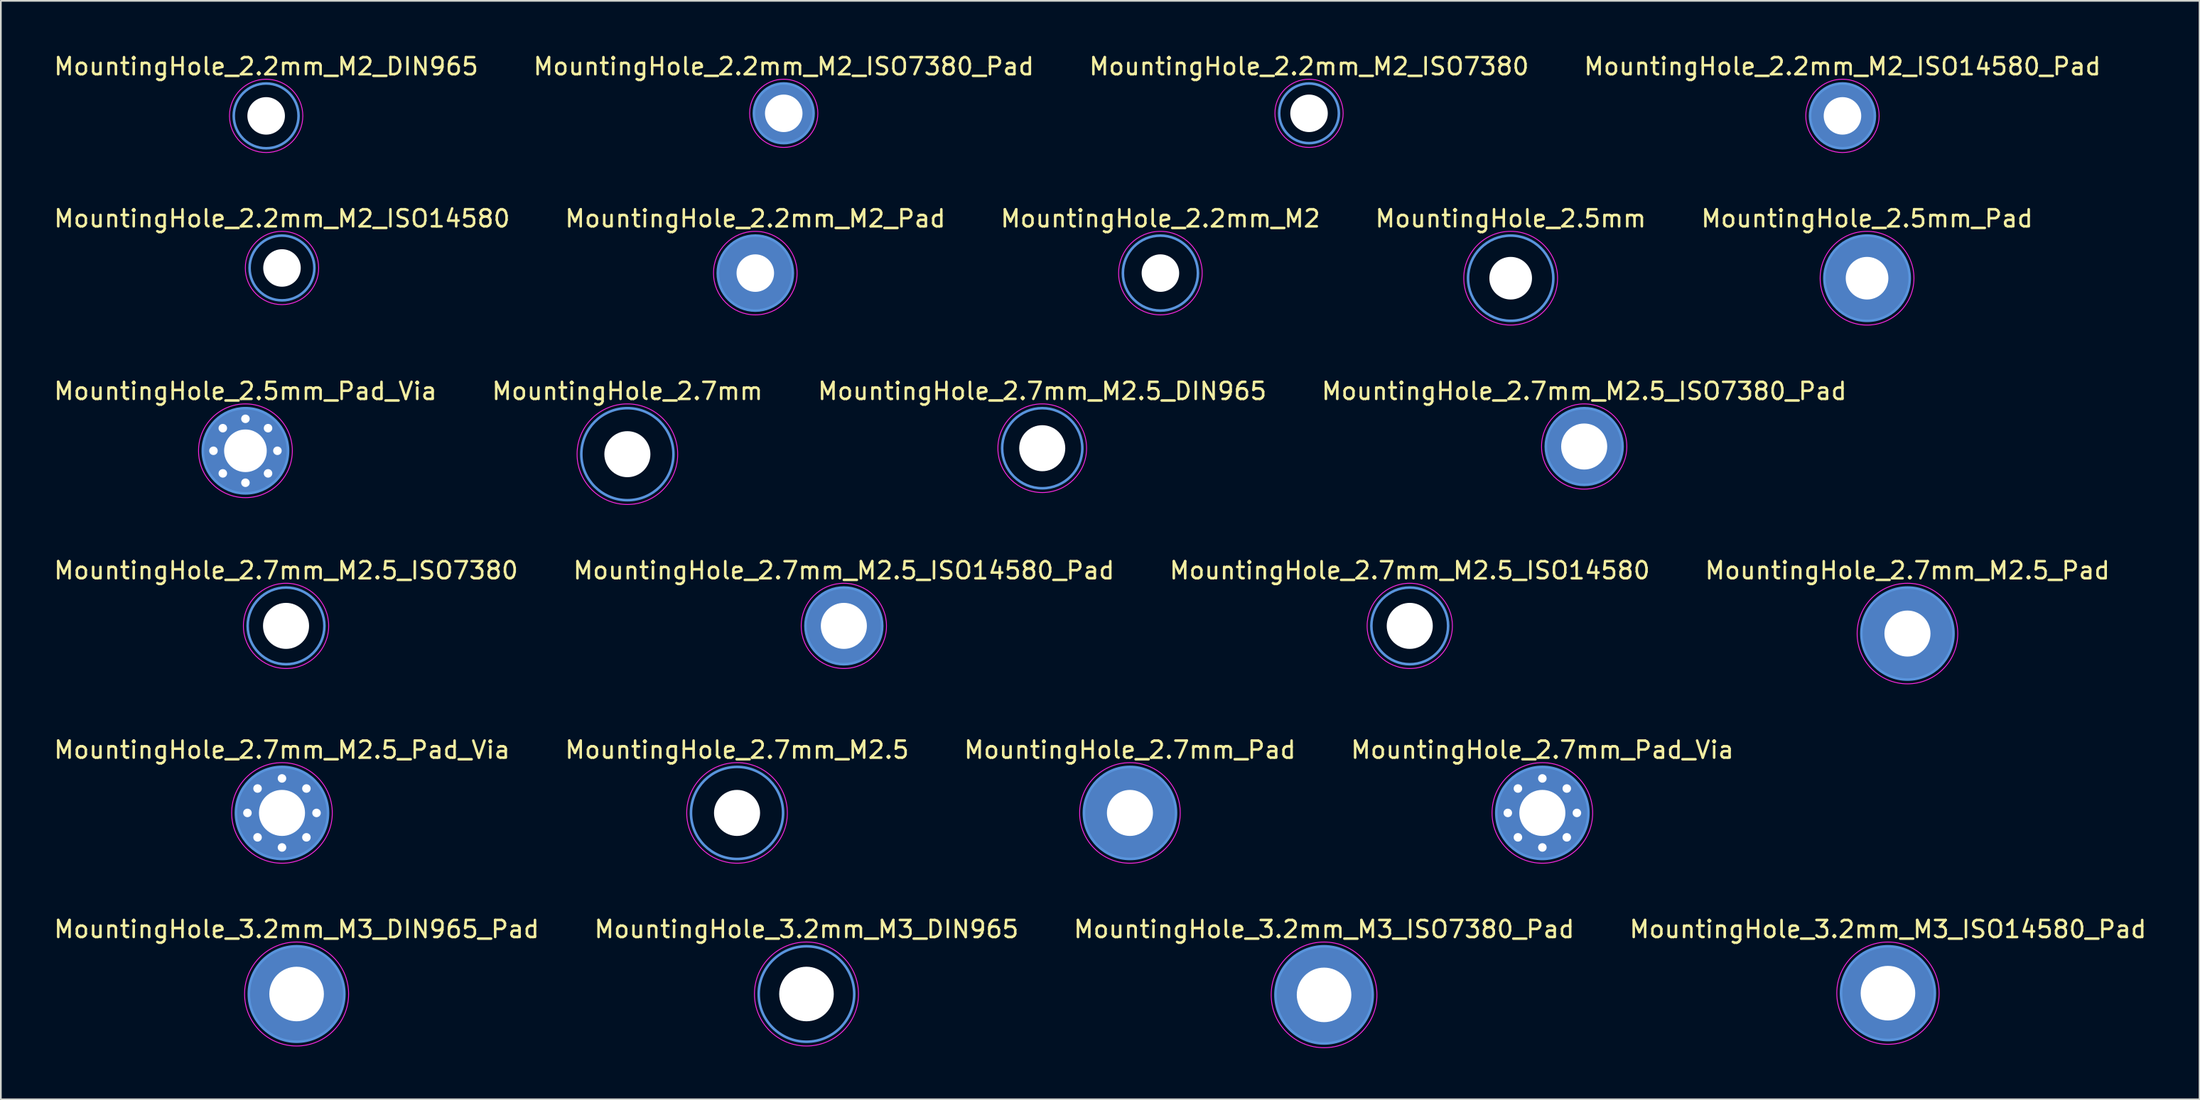
<source format=kicad_pcb>
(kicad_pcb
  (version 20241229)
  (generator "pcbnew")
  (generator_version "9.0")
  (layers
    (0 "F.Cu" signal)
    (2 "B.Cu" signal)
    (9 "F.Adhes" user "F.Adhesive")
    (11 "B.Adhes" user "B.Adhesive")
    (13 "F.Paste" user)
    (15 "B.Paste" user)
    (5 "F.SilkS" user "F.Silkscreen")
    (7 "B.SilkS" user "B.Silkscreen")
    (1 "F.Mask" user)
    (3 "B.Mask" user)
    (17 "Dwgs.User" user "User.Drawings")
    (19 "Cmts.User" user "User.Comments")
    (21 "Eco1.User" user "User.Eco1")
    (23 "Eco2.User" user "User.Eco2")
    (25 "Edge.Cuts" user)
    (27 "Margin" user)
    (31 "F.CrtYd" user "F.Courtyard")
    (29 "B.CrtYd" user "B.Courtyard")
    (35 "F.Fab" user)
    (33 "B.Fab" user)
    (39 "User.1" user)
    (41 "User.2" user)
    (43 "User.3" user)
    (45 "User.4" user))
  (footprint "MountingHole_2.7mm"
    (layer "F.Cu")
    (at 33.732 23.595)
    (property "Reference" "MountingHole_2.7mm" (at 0 -3.7 0) (layer "F.SilkS") (effects (font (size 1 1) (thickness 0.15))))
    (attr through_hole)
    (fp_circle (center 0 0) (end 2.7 0) (stroke (width 0.15) (type solid)) (fill no) (layer "Cmts.User"))
    (fp_circle (center 0 0) (end 2.95 0) (stroke (width 0.05) (type solid)) (fill no) (layer "F.CrtYd"))
    (pad "" np_thru_hole circle (at 0 0) (size 2.7 2.7) (drill 2.7) (layers "*.Cu" "*.Mask")))
  (footprint "MountingHole_2.2mm_M2_Pad"
    (layer "F.Cu")
    (at 41.232 12.972)
    (property "Reference" "MountingHole_2.2mm_M2_Pad" (at 0 -3.2 0) (layer "F.SilkS") (effects (font (size 1 1) (thickness 0.15))))
    (attr through_hole)
    (fp_circle (center 0 0) (end 2.2 0) (stroke (width 0.15) (type solid)) (fill no) (layer "Cmts.User"))
    (fp_circle (center 0 0) (end 2.45 0) (stroke (width 0.05) (type solid)) (fill no) (layer "F.CrtYd"))
    (pad "1" thru_hole circle (at 0 0) (size 4.4 4.4) (drill 2.2) (layers "*.Cu" "*.Mask")))
  (footprint "MountingHole_2.7mm_Pad"
    (layer "F.Cu")
    (at 63.196 44.641)
    (property "Reference" "MountingHole_2.7mm_Pad" (at 0 -3.7 0) (layer "F.SilkS") (effects (font (size 1 1) (thickness 0.15))))
    (attr through_hole)
    (fp_circle (center 0 0) (end 2.7 0) (stroke (width 0.15) (type solid)) (fill no) (layer "Cmts.User"))
    (fp_circle (center 0 0) (end 2.95 0) (stroke (width 0.05) (type solid)) (fill no) (layer "F.CrtYd"))
    (pad "1" thru_hole circle (at 0 0) (size 5.4 5.4) (drill 2.7) (layers "*.Cu" "*.Mask")))
  (footprint "MountingHole_3.2mm_M3_ISO7380_Pad"
    (layer "F.Cu")
    (at 74.577 55.315)
    (property "Reference" "MountingHole_3.2mm_M3_ISO7380_Pad" (at 0 -3.85 0) (layer "F.SilkS") (effects (font (size 1 1) (thickness 0.15))))
    (attr through_hole)
    (fp_circle (center 0 0) (end 2.85 0) (stroke (width 0.15) (type solid)) (fill no) (layer "Cmts.User"))
    (fp_circle (center 0 0) (end 3.1 0) (stroke (width 0.05) (type solid)) (fill no) (layer "F.CrtYd"))
    (pad "1" thru_hole circle (at 0 0) (size 5.7 5.7) (drill 3.2) (layers "*.Cu" "*.Mask")))
  (footprint "MountingHole_2.7mm_Pad_Via"
    (layer "F.Cu")
    (at 87.375 44.641)
    (property "Reference" "MountingHole_2.7mm_Pad_Via" (at 0 -3.7 0) (layer "F.SilkS") (effects (font (size 1 1) (thickness 0.15))))
    (attr through_hole)
    (fp_circle (center 0 0) (end 2.7 0) (stroke (width 0.15) (type solid)) (fill no) (layer "Cmts.User"))
    (fp_circle (center 0 0) (end 2.95 0) (stroke (width 0.05) (type solid)) (fill no) (layer "F.CrtYd"))
    (pad "" thru_hole circle (at -2.025 0) (size 0.6 0.6) (drill 0.5) (layers "*.Cu" "*.Mask"))
    (pad "" thru_hole circle (at -1.432 -1.432) (size 0.6 0.6) (drill 0.5) (layers "*.Cu" "*.Mask"))
    (pad "" thru_hole circle (at -1.432 1.432) (size 0.6 0.6) (drill 0.5) (layers "*.Cu" "*.Mask"))
    (pad "" thru_hole circle (at 0 -2.025) (size 0.6 0.6) (drill 0.5) (layers "*.Cu" "*.Mask"))
    (pad "" thru_hole circle (at 0 2.025) (size 0.6 0.6) (drill 0.5) (layers "*.Cu" "*.Mask"))
    (pad "" thru_hole circle (at 1.432 -1.432) (size 0.6 0.6) (drill 0.5) (layers "*.Cu" "*.Mask"))
    (pad "" thru_hole circle (at 1.432 1.432) (size 0.6 0.6) (drill 0.5) (layers "*.Cu" "*.Mask"))
    (pad "" thru_hole circle (at 2.025 0) (size 0.6 0.6) (drill 0.5) (layers "*.Cu" "*.Mask"))
    (pad "1" thru_hole circle (at 0 0) (size 5.4 5.4) (drill 2.7) (layers "*.Cu" "*.Mask")))
  (footprint "MountingHole_2.7mm_M2.5_ISO7380"
    (layer "F.Cu")
    (at 13.72 33.668)
    (property "Reference" "MountingHole_2.7mm_M2.5_ISO7380" (at 0 -3.25 0) (layer "F.SilkS") (effects (font (size 1 1) (thickness 0.15))))
    (attr through_hole)
    (fp_circle (center 0 0) (end 2.25 0) (stroke (width 0.15) (type solid)) (fill no) (layer "Cmts.User"))
    (fp_circle (center 0 0) (end 2.5 0) (stroke (width 0.05) (type solid)) (fill no) (layer "F.CrtYd"))
    (pad "" np_thru_hole circle (at 0 0) (size 2.7 2.7) (drill 2.7) (layers "*.Cu" "*.Mask")))
  (footprint "MountingHole_3.2mm_M3_ISO14580_Pad"
    (layer "F.Cu")
    (at 107.637 55.215)
    (property "Reference" "MountingHole_3.2mm_M3_ISO14580_Pad" (at 0 -3.75 0) (layer "F.SilkS") (effects (font (size 1 1) (thickness 0.15))))
    (attr through_hole)
    (fp_circle (center 0 0) (end 2.75 0) (stroke (width 0.15) (type solid)) (fill no) (layer "Cmts.User"))
    (fp_circle (center 0 0) (end 3 0) (stroke (width 0.05) (type solid)) (fill no) (layer "F.CrtYd"))
    (pad "1" thru_hole circle (at 0 0) (size 5.5 5.5) (drill 3.2) (layers "*.Cu" "*.Mask")))
  (footprint "MountingHole_2.2mm_M2_ISO14580"
    (layer "F.Cu")
    (at 13.482 12.671)
    (property "Reference" "MountingHole_2.2mm_M2_ISO14580" (at 0 -2.9 0) (layer "F.SilkS") (effects (font (size 1 1) (thickness 0.15))))
    (attr through_hole)
    (fp_circle (center 0 0) (end 1.9 0) (stroke (width 0.15) (type solid)) (fill no) (layer "Cmts.User"))
    (fp_circle (center 0 0) (end 2.15 0) (stroke (width 0.05) (type solid)) (fill no) (layer "F.CrtYd"))
    (pad "" np_thru_hole circle (at 0 0) (size 2.2 2.2) (drill 2.2) (layers "*.Cu" "*.Mask")))
  (footprint "MountingHole_2.7mm_M2.5_DIN965"
    (layer "F.Cu")
    (at 58.054 23.245)
    (property "Reference" "MountingHole_2.7mm_M2.5_DIN965" (at 0 -3.35 0) (layer "F.SilkS") (effects (font (size 1 1) (thickness 0.15))))
    (attr through_hole)
    (fp_circle (center 0 0) (end 2.35 0) (stroke (width 0.15) (type solid)) (fill no) (layer "Cmts.User"))
    (fp_circle (center 0 0) (end 2.6 0) (stroke (width 0.05) (type solid)) (fill no) (layer "F.CrtYd"))
    (pad "" np_thru_hole circle (at 0 0) (size 2.7 2.7) (drill 2.7) (layers "*.Cu" "*.Mask")))
  (footprint "MountingHole_2.7mm_M2.5_Pad_Via"
    (layer "F.Cu")
    (at 13.482 44.641)
    (property "Reference" "MountingHole_2.7mm_M2.5_Pad_Via" (at 0 -3.7 0) (layer "F.SilkS") (effects (font (size 1 1) (thickness 0.15))))
    (attr through_hole)
    (fp_circle (center 0 0) (end 2.7 0) (stroke (width 0.15) (type solid)) (fill no) (layer "Cmts.User"))
    (fp_circle (center 0 0) (end 2.95 0) (stroke (width 0.05) (type solid)) (fill no) (layer "F.CrtYd"))
    (pad "" thru_hole circle (at -2.025 0) (size 0.6 0.6) (drill 0.5) (layers "*.Cu" "*.Mask"))
    (pad "" thru_hole circle (at -1.432 -1.432) (size 0.6 0.6) (drill 0.5) (layers "*.Cu" "*.Mask"))
    (pad "" thru_hole circle (at -1.432 1.432) (size 0.6 0.6) (drill 0.5) (layers "*.Cu" "*.Mask"))
    (pad "" thru_hole circle (at 0 -2.025) (size 0.6 0.6) (drill 0.5) (layers "*.Cu" "*.Mask"))
    (pad "" thru_hole circle (at 0 2.025) (size 0.6 0.6) (drill 0.5) (layers "*.Cu" "*.Mask"))
    (pad "" thru_hole circle (at 1.432 -1.432) (size 0.6 0.6) (drill 0.5) (layers "*.Cu" "*.Mask"))
    (pad "" thru_hole circle (at 1.432 1.432) (size 0.6 0.6) (drill 0.5) (layers "*.Cu" "*.Mask"))
    (pad "" thru_hole circle (at 2.025 0) (size 0.6 0.6) (drill 0.5) (layers "*.Cu" "*.Mask"))
    (pad "1" thru_hole circle (at 0 0) (size 5.4 5.4) (drill 2.7) (layers "*.Cu" "*.Mask")))
  (footprint "MountingHole_2.7mm_M2.5_ISO7380_Pad"
    (layer "F.Cu")
    (at 89.827 23.145)
    (property "Reference" "MountingHole_2.7mm_M2.5_ISO7380_Pad" (at 0 -3.25 0) (layer "F.SilkS") (effects (font (size 1 1) (thickness 0.15))))
    (attr through_hole)
    (fp_circle (center 0 0) (end 2.25 0) (stroke (width 0.15) (type solid)) (fill no) (layer "Cmts.User"))
    (fp_circle (center 0 0) (end 2.5 0) (stroke (width 0.05) (type solid)) (fill no) (layer "F.CrtYd"))
    (pad "1" thru_hole circle (at 0 0) (size 4.5 4.5) (drill 2.7) (layers "*.Cu" "*.Mask")))
  (footprint "MountingHole_2.7mm_M2.5"
    (layer "F.Cu")
    (at 40.161 44.641)
    (property "Reference" "MountingHole_2.7mm_M2.5" (at 0 -3.7 0) (layer "F.SilkS") (effects (font (size 1 1) (thickness 0.15))))
    (attr through_hole)
    (fp_circle (center 0 0) (end 2.7 0) (stroke (width 0.15) (type solid)) (fill no) (layer "Cmts.User"))
    (fp_circle (center 0 0) (end 2.95 0) (stroke (width 0.05) (type solid)) (fill no) (layer "F.CrtYd"))
    (pad "" np_thru_hole circle (at 0 0) (size 2.7 2.7) (drill 2.7) (layers "*.Cu" "*.Mask")))
  (footprint "MountingHole_2.2mm_M2_ISO7380"
    (layer "F.Cu")
    (at 73.696 3.598)
    (property "Reference" "MountingHole_2.2mm_M2_ISO7380" (at 0 -2.75 0) (layer "F.SilkS") (effects (font (size 1 1) (thickness 0.15))))
    (attr through_hole)
    (fp_circle (center 0 0) (end 1.75 0) (stroke (width 0.15) (type solid)) (fill no) (layer "Cmts.User"))
    (fp_circle (center 0 0) (end 2 0) (stroke (width 0.05) (type solid)) (fill no) (layer "F.CrtYd"))
    (pad "" np_thru_hole circle (at 0 0) (size 2.2 2.2) (drill 2.2) (layers "*.Cu" "*.Mask")))
  (footprint "MountingHole_2.2mm_M2_DIN965"
    (layer "F.Cu")
    (at 12.554 3.748)
    (property "Reference" "MountingHole_2.2mm_M2_DIN965" (at 0 -2.9 0) (layer "F.SilkS") (effects (font (size 1 1) (thickness 0.15))))
    (attr through_hole)
    (fp_circle (center 0 0) (end 1.9 0) (stroke (width 0.15) (type solid)) (fill no) (layer "Cmts.User"))
    (fp_circle (center 0 0) (end 2.15 0) (stroke (width 0.05) (type solid)) (fill no) (layer "F.CrtYd"))
    (pad "" np_thru_hole circle (at 0 0) (size 2.2 2.2) (drill 2.2) (layers "*.Cu" "*.Mask")))
  (footprint "MountingHole_2.5mm_Pad"
    (layer "F.Cu")
    (at 106.411 13.271)
    (property "Reference" "MountingHole_2.5mm_Pad" (at 0 -3.5 0) (layer "F.SilkS") (effects (font (size 1 1) (thickness 0.15))))
    (attr through_hole)
    (fp_circle (center 0 0) (end 2.5 0) (stroke (width 0.15) (type solid)) (fill no) (layer "Cmts.User"))
    (fp_circle (center 0 0) (end 2.75 0) (stroke (width 0.05) (type solid)) (fill no) (layer "F.CrtYd"))
    (pad "1" thru_hole circle (at 0 0) (size 5 5) (drill 2.5) (layers "*.Cu" "*.Mask")))
  (footprint "MountingHole_3.2mm_M3_DIN965"
    (layer "F.Cu")
    (at 44.232 55.264)
    (property "Reference" "MountingHole_3.2mm_M3_DIN965" (at 0 -3.8 0) (layer "F.SilkS") (effects (font (size 1 1) (thickness 0.15))))
    (attr through_hole)
    (fp_circle (center 0 0) (end 2.8 0) (stroke (width 0.15) (type solid)) (fill no) (layer "Cmts.User"))
    (fp_circle (center 0 0) (end 3.05 0) (stroke (width 0.05) (type solid)) (fill no) (layer "F.CrtYd"))
    (pad "" np_thru_hole circle (at 0 0) (size 3.2 3.2) (drill 3.2) (layers "*.Cu" "*.Mask")))
  (footprint "MountingHole_2.2mm_M2_ISO7380_Pad"
    (layer "F.Cu")
    (at 42.899 3.598)
    (property "Reference" "MountingHole_2.2mm_M2_ISO7380_Pad" (at 0 -2.75 0) (layer "F.SilkS") (effects (font (size 1 1) (thickness 0.15))))
    (attr through_hole)
    (fp_circle (center 0 0) (end 1.75 0) (stroke (width 0.15) (type solid)) (fill no) (layer "Cmts.User"))
    (fp_circle (center 0 0) (end 2 0) (stroke (width 0.05) (type solid)) (fill no) (layer "F.CrtYd"))
    (pad "1" thru_hole circle (at 0 0) (size 3.5 3.5) (drill 2.2) (layers "*.Cu" "*.Mask")))
  (footprint "MountingHole_2.7mm_M2.5_Pad"
    (layer "F.Cu")
    (at 108.78 34.118)
    (property "Reference" "MountingHole_2.7mm_M2.5_Pad" (at 0 -3.7 0) (layer "F.SilkS") (effects (font (size 1 1) (thickness 0.15))))
    (attr through_hole)
    (fp_circle (center 0 0) (end 2.7 0) (stroke (width 0.15) (type solid)) (fill no) (layer "Cmts.User"))
    (fp_circle (center 0 0) (end 2.95 0) (stroke (width 0.05) (type solid)) (fill no) (layer "F.CrtYd"))
    (pad "1" thru_hole circle (at 0 0) (size 5.4 5.4) (drill 2.7) (layers "*.Cu" "*.Mask")))
  (footprint "MountingHole_2.2mm_M2_ISO14580_Pad"
    (layer "F.Cu")
    (at 104.97 3.748)
    (property "Reference" "MountingHole_2.2mm_M2_ISO14580_Pad" (at 0 -2.9 0) (layer "F.SilkS") (effects (font (size 1 1) (thickness 0.15))))
    (attr through_hole)
    (fp_circle (center 0 0) (end 1.9 0) (stroke (width 0.15) (type solid)) (fill no) (layer "Cmts.User"))
    (fp_circle (center 0 0) (end 2.15 0) (stroke (width 0.05) (type solid)) (fill no) (layer "F.CrtYd"))
    (pad "1" thru_hole circle (at 0 0) (size 3.8 3.8) (drill 2.2) (layers "*.Cu" "*.Mask")))
  (footprint "MountingHole_2.7mm_M2.5_ISO14580"
    (layer "F.Cu")
    (at 79.601 33.668)
    (property "Reference" "MountingHole_2.7mm_M2.5_ISO14580" (at 0 -3.25 0) (layer "F.SilkS") (effects (font (size 1 1) (thickness 0.15))))
    (attr through_hole)
    (fp_circle (center 0 0) (end 2.25 0) (stroke (width 0.15) (type solid)) (fill no) (layer "Cmts.User"))
    (fp_circle (center 0 0) (end 2.5 0) (stroke (width 0.05) (type solid)) (fill no) (layer "F.CrtYd"))
    (pad "" np_thru_hole circle (at 0 0) (size 2.7 2.7) (drill 2.7) (layers "*.Cu" "*.Mask")))
  (footprint "MountingHole_2.5mm"
    (layer "F.Cu")
    (at 85.518 13.271)
    (property "Reference" "MountingHole_2.5mm" (at 0 -3.5 0) (layer "F.SilkS") (effects (font (size 1 1) (thickness 0.15))))
    (attr through_hole)
    (fp_circle (center 0 0) (end 2.5 0) (stroke (width 0.15) (type solid)) (fill no) (layer "Cmts.User"))
    (fp_circle (center 0 0) (end 2.75 0) (stroke (width 0.05) (type solid)) (fill no) (layer "F.CrtYd"))
    (pad "" np_thru_hole circle (at 0 0) (size 2.5 2.5) (drill 2.5) (layers "*.Cu" "*.Mask")))
  (footprint "MountingHole_2.5mm_Pad_Via"
    (layer "F.Cu")
    (at 11.339 23.395)
    (property "Reference" "MountingHole_2.5mm_Pad_Via" (at 0 -3.5 0) (layer "F.SilkS") (effects (font (size 1 1) (thickness 0.15))))
    (attr through_hole)
    (fp_circle (center 0 0) (end 2.5 0) (stroke (width 0.15) (type solid)) (fill no) (layer "Cmts.User"))
    (fp_circle (center 0 0) (end 2.75 0) (stroke (width 0.05) (type solid)) (fill no) (layer "F.CrtYd"))
    (pad "" thru_hole circle (at -1.875 0) (size 0.6 0.6) (drill 0.5) (layers "*.Cu" "*.Mask"))
    (pad "" thru_hole circle (at -1.326 -1.326) (size 0.6 0.6) (drill 0.5) (layers "*.Cu" "*.Mask"))
    (pad "" thru_hole circle (at -1.326 1.326) (size 0.6 0.6) (drill 0.5) (layers "*.Cu" "*.Mask"))
    (pad "" thru_hole circle (at 0 -1.875) (size 0.6 0.6) (drill 0.5) (layers "*.Cu" "*.Mask"))
    (pad "" thru_hole circle (at 0 1.875) (size 0.6 0.6) (drill 0.5) (layers "*.Cu" "*.Mask"))
    (pad "" thru_hole circle (at 1.326 -1.326) (size 0.6 0.6) (drill 0.5) (layers "*.Cu" "*.Mask"))
    (pad "" thru_hole circle (at 1.326 1.326) (size 0.6 0.6) (drill 0.5) (layers "*.Cu" "*.Mask"))
    (pad "" thru_hole circle (at 1.875 0) (size 0.6 0.6) (drill 0.5) (layers "*.Cu" "*.Mask"))
    (pad "1" thru_hole circle (at 0 0) (size 5 5) (drill 2.5) (layers "*.Cu" "*.Mask")))
  (footprint "MountingHole_2.2mm_M2"
    (layer "F.Cu")
    (at 64.982 12.972)
    (property "Reference" "MountingHole_2.2mm_M2" (at 0 -3.2 0) (layer "F.SilkS") (effects (font (size 1 1) (thickness 0.15))))
    (attr through_hole)
    (fp_circle (center 0 0) (end 2.2 0) (stroke (width 0.15) (type solid)) (fill no) (layer "Cmts.User"))
    (fp_circle (center 0 0) (end 2.45 0) (stroke (width 0.05) (type solid)) (fill no) (layer "F.CrtYd"))
    (pad "" np_thru_hole circle (at 0 0) (size 2.2 2.2) (drill 2.2) (layers "*.Cu" "*.Mask")))
  (footprint "MountingHole_2.7mm_M2.5_ISO14580_Pad"
    (layer "F.Cu")
    (at 46.423 33.668)
    (property "Reference" "MountingHole_2.7mm_M2.5_ISO14580_Pad" (at 0 -3.25 0) (layer "F.SilkS") (effects (font (size 1 1) (thickness 0.15))))
    (attr through_hole)
    (fp_circle (center 0 0) (end 2.25 0) (stroke (width 0.15) (type solid)) (fill no) (layer "Cmts.User"))
    (fp_circle (center 0 0) (end 2.5 0) (stroke (width 0.05) (type solid)) (fill no) (layer "F.CrtYd"))
    (pad "1" thru_hole circle (at 0 0) (size 4.5 4.5) (drill 2.7) (layers "*.Cu" "*.Mask")))
  (footprint "MountingHole_3.2mm_M3_DIN965_Pad"
    (layer "F.Cu")
    (at 14.339 55.264)
    (property "Reference" "MountingHole_3.2mm_M3_DIN965_Pad" (at 0 -3.8 0) (layer "F.SilkS") (effects (font (size 1 1) (thickness 0.15))))
    (attr through_hole)
    (fp_circle (center 0 0) (end 2.8 0) (stroke (width 0.15) (type solid)) (fill no) (layer "Cmts.User"))
    (fp_circle (center 0 0) (end 3.05 0) (stroke (width 0.05) (type solid)) (fill no) (layer "F.CrtYd"))
    (pad "1" thru_hole circle (at 0 0) (size 5.6 5.6) (drill 3.2) (layers "*.Cu" "*.Mask")))
  (gr_rect
    (start -3 -3)
    (end 125.905 61.44)
    (stroke (width 0.1) (type default))
    (fill no)
    (layer "Edge.Cuts")))
</source>
